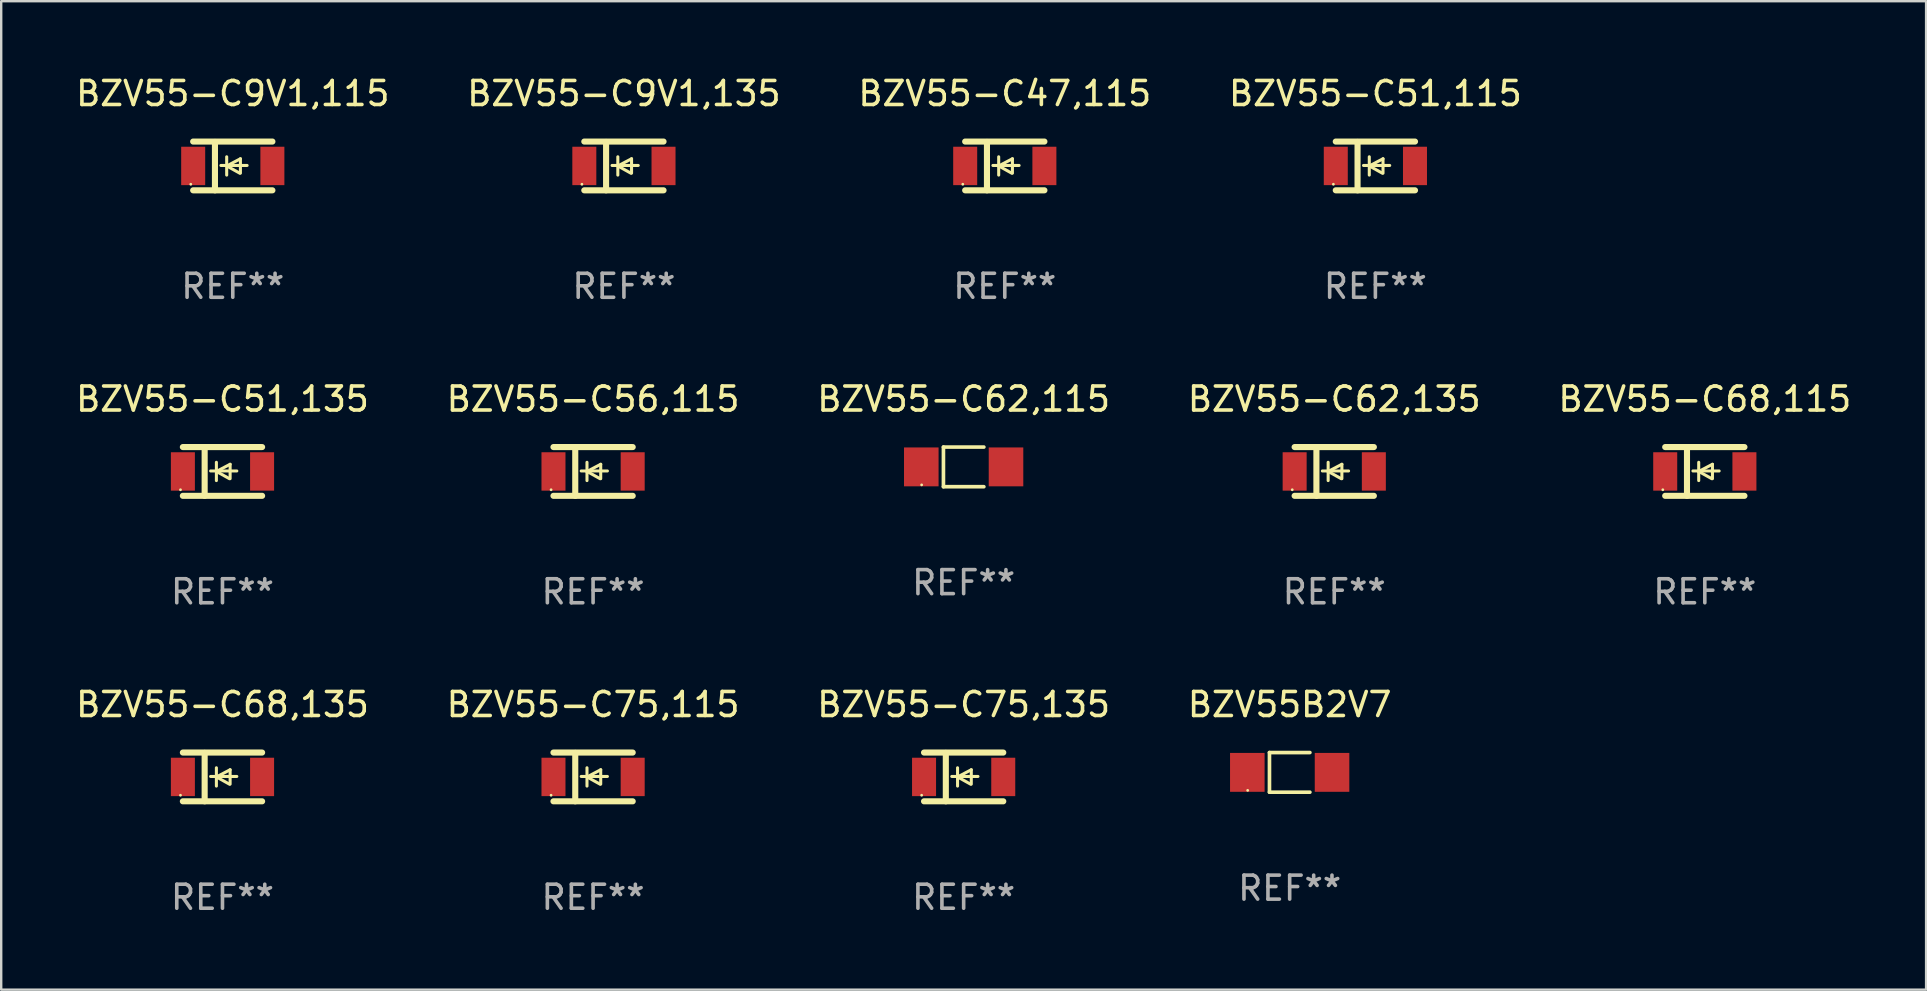
<source format=kicad_pcb>
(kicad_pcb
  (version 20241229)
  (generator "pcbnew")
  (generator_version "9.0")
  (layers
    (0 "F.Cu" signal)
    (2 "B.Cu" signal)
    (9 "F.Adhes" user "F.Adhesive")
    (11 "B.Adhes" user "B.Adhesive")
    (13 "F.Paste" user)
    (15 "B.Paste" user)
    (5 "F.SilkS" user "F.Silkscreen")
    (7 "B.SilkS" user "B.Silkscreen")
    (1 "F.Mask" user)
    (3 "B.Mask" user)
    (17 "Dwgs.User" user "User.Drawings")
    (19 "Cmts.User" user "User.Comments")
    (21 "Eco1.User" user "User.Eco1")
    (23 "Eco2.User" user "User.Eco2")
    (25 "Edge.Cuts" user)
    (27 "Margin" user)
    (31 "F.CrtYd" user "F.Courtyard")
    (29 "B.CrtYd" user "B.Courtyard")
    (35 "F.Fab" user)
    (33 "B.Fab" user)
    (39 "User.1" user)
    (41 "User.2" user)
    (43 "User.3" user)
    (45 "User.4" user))
  (footprint "BZV55-C47,115"
    (layer "F.Cu")
    (at 38.815 3.864)
    (property "Reference" "BZV55-C47,115" (at 0 -3.016 0) (layer "F.SilkS") (effects (font (size 1 1) (thickness 0.15))))
    (attr through_hole)
    (fp_line (start -1.651 -1.016) (end 1.651 -1.016) (stroke (width 0.254) (type solid)) (layer "F.SilkS"))
    (fp_line (start -1.651 1.016) (end 1.651 1.016) (stroke (width 0.254) (type solid)) (layer "F.SilkS"))
    (fp_line (start -0.743 -1) (end -0.743 1.016) (stroke (width 0.254) (type solid)) (layer "F.SilkS"))
    (fp_line (start -0.495 -0.02) (end 0.597 -0.02) (stroke (width 0.127) (type solid)) (layer "F.SilkS"))
    (fp_line (start -0.254 0) (end -0.254 -0.381) (stroke (width 0.127) (type solid)) (layer "F.SilkS"))
    (fp_line (start -0.254 0) (end -0.254 0.381) (stroke (width 0.127) (type solid)) (layer "F.SilkS"))
    (fp_line (start 0.288 0.301) (end -0.254 0) (stroke (width 0.127) (type solid)) (layer "F.SilkS"))
    (fp_line (start 0.318 -0.299) (end -0.254 0) (stroke (width 0.127) (type solid)) (layer "F.SilkS"))
    (fp_line (start 0.318 -0.299) (end 0.318 0.301) (stroke (width 0.127) (type solid)) (layer "F.SilkS"))
    (fp_circle (center -1.75 0.763) (end -1.72 0.763) (stroke (width 0.06) (type solid)) (fill no) (layer "F.SilkS"))
    (fp_text user "REF**" (at 0 5.016 0) (layer "F.Fab") (effects (font (size 1 1) (thickness 0.15))))
    (pad "1" smd rect (at -1.65 0 90) (size 1.6 1) (layers "F.Cu" "F.Mask" "F.Paste"))
    (pad "2" smd rect (at 1.65 0 90) (size 1.6 1) (layers "F.Cu" "F.Mask" "F.Paste")))
  (footprint "BZV55-C51,135"
    (layer "F.Cu")
    (at 6.22 16.593)
    (property "Reference" "BZV55-C51,135" (at 0 -3.016 0) (layer "F.SilkS") (effects (font (size 1 1) (thickness 0.15))))
    (attr through_hole)
    (fp_line (start -1.651 -1.016) (end 1.651 -1.016) (stroke (width 0.254) (type solid)) (layer "F.SilkS"))
    (fp_line (start -1.651 1.016) (end 1.651 1.016) (stroke (width 0.254) (type solid)) (layer "F.SilkS"))
    (fp_line (start -0.743 -1) (end -0.743 1.016) (stroke (width 0.254) (type solid)) (layer "F.SilkS"))
    (fp_line (start -0.495 -0.02) (end 0.597 -0.02) (stroke (width 0.127) (type solid)) (layer "F.SilkS"))
    (fp_line (start -0.254 0) (end -0.254 -0.381) (stroke (width 0.127) (type solid)) (layer "F.SilkS"))
    (fp_line (start -0.254 0) (end -0.254 0.381) (stroke (width 0.127) (type solid)) (layer "F.SilkS"))
    (fp_line (start 0.288 0.301) (end -0.254 0) (stroke (width 0.127) (type solid)) (layer "F.SilkS"))
    (fp_line (start 0.318 -0.299) (end -0.254 0) (stroke (width 0.127) (type solid)) (layer "F.SilkS"))
    (fp_line (start 0.318 -0.299) (end 0.318 0.301) (stroke (width 0.127) (type solid)) (layer "F.SilkS"))
    (fp_circle (center -1.75 0.763) (end -1.72 0.763) (stroke (width 0.06) (type solid)) (fill no) (layer "F.SilkS"))
    (fp_text user "REF**" (at 0 5.016 0) (layer "F.Fab") (effects (font (size 1 1) (thickness 0.15))))
    (pad "1" smd rect (at -1.65 0 90) (size 1.6 1) (layers "F.Cu" "F.Mask" "F.Paste"))
    (pad "2" smd rect (at 1.65 0 90) (size 1.6 1) (layers "F.Cu" "F.Mask" "F.Paste")))
  (footprint "BZV55-C68,135"
    (layer "F.Cu")
    (at 6.22 29.321)
    (property "Reference" "BZV55-C68,135" (at 0 -3.016 0) (layer "F.SilkS") (effects (font (size 1 1) (thickness 0.15))))
    (attr through_hole)
    (fp_line (start -1.651 -1.016) (end 1.651 -1.016) (stroke (width 0.254) (type solid)) (layer "F.SilkS"))
    (fp_line (start -1.651 1.016) (end 1.651 1.016) (stroke (width 0.254) (type solid)) (layer "F.SilkS"))
    (fp_line (start -0.743 -1) (end -0.743 1.016) (stroke (width 0.254) (type solid)) (layer "F.SilkS"))
    (fp_line (start -0.495 -0.02) (end 0.597 -0.02) (stroke (width 0.127) (type solid)) (layer "F.SilkS"))
    (fp_line (start -0.254 0) (end -0.254 -0.381) (stroke (width 0.127) (type solid)) (layer "F.SilkS"))
    (fp_line (start -0.254 0) (end -0.254 0.381) (stroke (width 0.127) (type solid)) (layer "F.SilkS"))
    (fp_line (start 0.288 0.301) (end -0.254 0) (stroke (width 0.127) (type solid)) (layer "F.SilkS"))
    (fp_line (start 0.318 -0.299) (end -0.254 0) (stroke (width 0.127) (type solid)) (layer "F.SilkS"))
    (fp_line (start 0.318 -0.299) (end 0.318 0.301) (stroke (width 0.127) (type solid)) (layer "F.SilkS"))
    (fp_circle (center -1.75 0.763) (end -1.72 0.763) (stroke (width 0.06) (type solid)) (fill no) (layer "F.SilkS"))
    (fp_text user "REF**" (at 0 5.016 0) (layer "F.Fab") (effects (font (size 1 1) (thickness 0.15))))
    (pad "1" smd rect (at -1.65 0 90) (size 1.6 1) (layers "F.Cu" "F.Mask" "F.Paste"))
    (pad "2" smd rect (at 1.65 0 90) (size 1.6 1) (layers "F.Cu" "F.Mask" "F.Paste")))
  (footprint "BZV55-C75,115"
    (layer "F.Cu")
    (at 21.661 29.321)
    (property "Reference" "BZV55-C75,115" (at 0 -3.016 0) (layer "F.SilkS") (effects (font (size 1 1) (thickness 0.15))))
    (attr through_hole)
    (fp_line (start -1.651 -1.016) (end 1.651 -1.016) (stroke (width 0.254) (type solid)) (layer "F.SilkS"))
    (fp_line (start -1.651 1.016) (end 1.651 1.016) (stroke (width 0.254) (type solid)) (layer "F.SilkS"))
    (fp_line (start -0.743 -1) (end -0.743 1.016) (stroke (width 0.254) (type solid)) (layer "F.SilkS"))
    (fp_line (start -0.495 -0.02) (end 0.597 -0.02) (stroke (width 0.127) (type solid)) (layer "F.SilkS"))
    (fp_line (start -0.254 0) (end -0.254 -0.381) (stroke (width 0.127) (type solid)) (layer "F.SilkS"))
    (fp_line (start -0.254 0) (end -0.254 0.381) (stroke (width 0.127) (type solid)) (layer "F.SilkS"))
    (fp_line (start 0.288 0.301) (end -0.254 0) (stroke (width 0.127) (type solid)) (layer "F.SilkS"))
    (fp_line (start 0.318 -0.299) (end -0.254 0) (stroke (width 0.127) (type solid)) (layer "F.SilkS"))
    (fp_line (start 0.318 -0.299) (end 0.318 0.301) (stroke (width 0.127) (type solid)) (layer "F.SilkS"))
    (fp_circle (center -1.75 0.763) (end -1.72 0.763) (stroke (width 0.06) (type solid)) (fill no) (layer "F.SilkS"))
    (fp_text user "REF**" (at 0 5.016 0) (layer "F.Fab") (effects (font (size 1 1) (thickness 0.15))))
    (pad "1" smd rect (at -1.65 0 90) (size 1.6 1) (layers "F.Cu" "F.Mask" "F.Paste"))
    (pad "2" smd rect (at 1.65 0 90) (size 1.6 1) (layers "F.Cu" "F.Mask" "F.Paste")))
  (footprint "BZV55-C51,115"
    (layer "F.Cu")
    (at 54.256 3.864)
    (property "Reference" "BZV55-C51,115" (at 0 -3.016 0) (layer "F.SilkS") (effects (font (size 1 1) (thickness 0.15))))
    (attr through_hole)
    (fp_line (start -1.651 -1.016) (end 1.651 -1.016) (stroke (width 0.254) (type solid)) (layer "F.SilkS"))
    (fp_line (start -1.651 1.016) (end 1.651 1.016) (stroke (width 0.254) (type solid)) (layer "F.SilkS"))
    (fp_line (start -0.743 -1) (end -0.743 1.016) (stroke (width 0.254) (type solid)) (layer "F.SilkS"))
    (fp_line (start -0.495 -0.02) (end 0.597 -0.02) (stroke (width 0.127) (type solid)) (layer "F.SilkS"))
    (fp_line (start -0.254 0) (end -0.254 -0.381) (stroke (width 0.127) (type solid)) (layer "F.SilkS"))
    (fp_line (start -0.254 0) (end -0.254 0.381) (stroke (width 0.127) (type solid)) (layer "F.SilkS"))
    (fp_line (start 0.288 0.301) (end -0.254 0) (stroke (width 0.127) (type solid)) (layer "F.SilkS"))
    (fp_line (start 0.318 -0.299) (end -0.254 0) (stroke (width 0.127) (type solid)) (layer "F.SilkS"))
    (fp_line (start 0.318 -0.299) (end 0.318 0.301) (stroke (width 0.127) (type solid)) (layer "F.SilkS"))
    (fp_circle (center -1.75 0.763) (end -1.72 0.763) (stroke (width 0.06) (type solid)) (fill no) (layer "F.SilkS"))
    (fp_text user "REF**" (at 0 5.016 0) (layer "F.Fab") (effects (font (size 1 1) (thickness 0.15))))
    (pad "1" smd rect (at -1.65 0 90) (size 1.6 1) (layers "F.Cu" "F.Mask" "F.Paste"))
    (pad "2" smd rect (at 1.65 0 90) (size 1.6 1) (layers "F.Cu" "F.Mask" "F.Paste")))
  (footprint "BZV55-C68,115"
    (layer "F.Cu")
    (at 67.982 16.593)
    (property "Reference" "BZV55-C68,115" (at 0 -3.016 0) (layer "F.SilkS") (effects (font (size 1 1) (thickness 0.15))))
    (attr through_hole)
    (fp_line (start -1.651 -1.016) (end 1.651 -1.016) (stroke (width 0.254) (type solid)) (layer "F.SilkS"))
    (fp_line (start -1.651 1.016) (end 1.651 1.016) (stroke (width 0.254) (type solid)) (layer "F.SilkS"))
    (fp_line (start -0.743 -1) (end -0.743 1.016) (stroke (width 0.254) (type solid)) (layer "F.SilkS"))
    (fp_line (start -0.495 -0.02) (end 0.597 -0.02) (stroke (width 0.127) (type solid)) (layer "F.SilkS"))
    (fp_line (start -0.254 0) (end -0.254 -0.381) (stroke (width 0.127) (type solid)) (layer "F.SilkS"))
    (fp_line (start -0.254 0) (end -0.254 0.381) (stroke (width 0.127) (type solid)) (layer "F.SilkS"))
    (fp_line (start 0.288 0.301) (end -0.254 0) (stroke (width 0.127) (type solid)) (layer "F.SilkS"))
    (fp_line (start 0.318 -0.299) (end -0.254 0) (stroke (width 0.127) (type solid)) (layer "F.SilkS"))
    (fp_line (start 0.318 -0.299) (end 0.318 0.301) (stroke (width 0.127) (type solid)) (layer "F.SilkS"))
    (fp_circle (center -1.75 0.763) (end -1.72 0.763) (stroke (width 0.06) (type solid)) (fill no) (layer "F.SilkS"))
    (fp_text user "REF**" (at 0 5.016 0) (layer "F.Fab") (effects (font (size 1 1) (thickness 0.15))))
    (pad "1" smd rect (at -1.65 0 90) (size 1.6 1) (layers "F.Cu" "F.Mask" "F.Paste"))
    (pad "2" smd rect (at 1.65 0 90) (size 1.6 1) (layers "F.Cu" "F.Mask" "F.Paste")))
  (footprint "BZV55-C9V1,115"
    (layer "F.Cu")
    (at 6.649 3.864)
    (property "Reference" "BZV55-C9V1,115" (at 0 -3.016 0) (layer "F.SilkS") (effects (font (size 1 1) (thickness 0.15))))
    (attr through_hole)
    (fp_line (start -1.651 -1.016) (end 1.651 -1.016) (stroke (width 0.254) (type solid)) (layer "F.SilkS"))
    (fp_line (start -1.651 1.016) (end 1.651 1.016) (stroke (width 0.254) (type solid)) (layer "F.SilkS"))
    (fp_line (start -0.743 -1) (end -0.743 1.016) (stroke (width 0.254) (type solid)) (layer "F.SilkS"))
    (fp_line (start -0.495 -0.02) (end 0.597 -0.02) (stroke (width 0.127) (type solid)) (layer "F.SilkS"))
    (fp_line (start -0.254 0) (end -0.254 -0.381) (stroke (width 0.127) (type solid)) (layer "F.SilkS"))
    (fp_line (start -0.254 0) (end -0.254 0.381) (stroke (width 0.127) (type solid)) (layer "F.SilkS"))
    (fp_line (start 0.288 0.301) (end -0.254 0) (stroke (width 0.127) (type solid)) (layer "F.SilkS"))
    (fp_line (start 0.318 -0.299) (end -0.254 0) (stroke (width 0.127) (type solid)) (layer "F.SilkS"))
    (fp_line (start 0.318 -0.299) (end 0.318 0.301) (stroke (width 0.127) (type solid)) (layer "F.SilkS"))
    (fp_circle (center -1.75 0.763) (end -1.72 0.763) (stroke (width 0.06) (type solid)) (fill no) (layer "F.SilkS"))
    (fp_text user "REF**" (at 0 5.016 0) (layer "F.Fab") (effects (font (size 1 1) (thickness 0.15))))
    (pad "1" smd rect (at -1.65 0 90) (size 1.6 1) (layers "F.Cu" "F.Mask" "F.Paste"))
    (pad "2" smd rect (at 1.65 0 90) (size 1.6 1) (layers "F.Cu" "F.Mask" "F.Paste")))
  (footprint "BZV55B2V7"
    (layer "F.Cu")
    (at 50.685 29.131)
    (property "Reference" "BZV55B2V7" (at 0 -2.826 0) (layer "F.SilkS") (effects (font (size 1 1) (thickness 0.15))))
    (attr through_hole)
    (fp_line (start -0.842 -0.826) (end -0.842 0.826) (stroke (width 0.152) (type solid)) (layer "F.SilkS"))
    (fp_line (start -0.842 -0.826) (end 0.842 -0.826) (stroke (width 0.152) (type solid)) (layer "F.SilkS"))
    (fp_line (start -0.842 0.826) (end 0.842 0.826) (stroke (width 0.152) (type solid)) (layer "F.SilkS"))
    (fp_circle (center -1.75 0.75) (end -1.72 0.75) (stroke (width 0.06) (type solid)) (fill no) (layer "F.SilkS"))
    (fp_text user "REF**" (at 0 4.826 0) (layer "F.Fab") (effects (font (size 1 1) (thickness 0.15))))
    (pad "1" smd rect (at -1.765 0) (size 1.44 1.62) (layers "F.Cu" "F.Mask" "F.Paste"))
    (pad "2" smd rect (at 1.765 0) (size 1.44 1.62) (layers "F.Cu" "F.Mask" "F.Paste")))
  (footprint "BZV55-C62,135"
    (layer "F.Cu")
    (at 52.542 16.593)
    (property "Reference" "BZV55-C62,135" (at 0 -3.016 0) (layer "F.SilkS") (effects (font (size 1 1) (thickness 0.15))))
    (attr through_hole)
    (fp_line (start -1.651 -1.016) (end 1.651 -1.016) (stroke (width 0.254) (type solid)) (layer "F.SilkS"))
    (fp_line (start -1.651 1.016) (end 1.651 1.016) (stroke (width 0.254) (type solid)) (layer "F.SilkS"))
    (fp_line (start -0.743 -1) (end -0.743 1.016) (stroke (width 0.254) (type solid)) (layer "F.SilkS"))
    (fp_line (start -0.495 -0.02) (end 0.597 -0.02) (stroke (width 0.127) (type solid)) (layer "F.SilkS"))
    (fp_line (start -0.254 0) (end -0.254 -0.381) (stroke (width 0.127) (type solid)) (layer "F.SilkS"))
    (fp_line (start -0.254 0) (end -0.254 0.381) (stroke (width 0.127) (type solid)) (layer "F.SilkS"))
    (fp_line (start 0.288 0.301) (end -0.254 0) (stroke (width 0.127) (type solid)) (layer "F.SilkS"))
    (fp_line (start 0.318 -0.299) (end -0.254 0) (stroke (width 0.127) (type solid)) (layer "F.SilkS"))
    (fp_line (start 0.318 -0.299) (end 0.318 0.301) (stroke (width 0.127) (type solid)) (layer "F.SilkS"))
    (fp_circle (center -1.75 0.763) (end -1.72 0.763) (stroke (width 0.06) (type solid)) (fill no) (layer "F.SilkS"))
    (fp_text user "REF**" (at 0 5.016 0) (layer "F.Fab") (effects (font (size 1 1) (thickness 0.15))))
    (pad "1" smd rect (at -1.65 0 90) (size 1.6 1) (layers "F.Cu" "F.Mask" "F.Paste"))
    (pad "2" smd rect (at 1.65 0 90) (size 1.6 1) (layers "F.Cu" "F.Mask" "F.Paste")))
  (footprint "BZV55-C62,115"
    (layer "F.Cu")
    (at 37.101 16.403)
    (property "Reference" "BZV55-C62,115" (at 0 -2.826 0) (layer "F.SilkS") (effects (font (size 1 1) (thickness 0.15))))
    (attr through_hole)
    (fp_line (start -0.842 -0.826) (end -0.842 0.826) (stroke (width 0.152) (type solid)) (layer "F.SilkS"))
    (fp_line (start -0.842 -0.826) (end 0.842 -0.826) (stroke (width 0.152) (type solid)) (layer "F.SilkS"))
    (fp_line (start -0.842 0.826) (end 0.842 0.826) (stroke (width 0.152) (type solid)) (layer "F.SilkS"))
    (fp_circle (center -1.75 0.75) (end -1.72 0.75) (stroke (width 0.06) (type solid)) (fill no) (layer "F.SilkS"))
    (fp_text user "REF**" (at 0 4.826 0) (layer "F.Fab") (effects (font (size 1 1) (thickness 0.15))))
    (pad "1" smd rect (at -1.765 0) (size 1.44 1.62) (layers "F.Cu" "F.Mask" "F.Paste"))
    (pad "2" smd rect (at 1.765 0) (size 1.44 1.62) (layers "F.Cu" "F.Mask" "F.Paste")))
  (footprint "BZV55-C9V1,135"
    (layer "F.Cu")
    (at 22.946 3.864)
    (property "Reference" "BZV55-C9V1,135" (at 0 -3.016 0) (layer "F.SilkS") (effects (font (size 1 1) (thickness 0.15))))
    (attr through_hole)
    (fp_line (start -1.651 -1.016) (end 1.651 -1.016) (stroke (width 0.254) (type solid)) (layer "F.SilkS"))
    (fp_line (start -1.651 1.016) (end 1.651 1.016) (stroke (width 0.254) (type solid)) (layer "F.SilkS"))
    (fp_line (start -0.743 -1) (end -0.743 1.016) (stroke (width 0.254) (type solid)) (layer "F.SilkS"))
    (fp_line (start -0.495 -0.02) (end 0.597 -0.02) (stroke (width 0.127) (type solid)) (layer "F.SilkS"))
    (fp_line (start -0.254 0) (end -0.254 -0.381) (stroke (width 0.127) (type solid)) (layer "F.SilkS"))
    (fp_line (start -0.254 0) (end -0.254 0.381) (stroke (width 0.127) (type solid)) (layer "F.SilkS"))
    (fp_line (start 0.288 0.301) (end -0.254 0) (stroke (width 0.127) (type solid)) (layer "F.SilkS"))
    (fp_line (start 0.318 -0.299) (end -0.254 0) (stroke (width 0.127) (type solid)) (layer "F.SilkS"))
    (fp_line (start 0.318 -0.299) (end 0.318 0.301) (stroke (width 0.127) (type solid)) (layer "F.SilkS"))
    (fp_circle (center -1.75 0.763) (end -1.72 0.763) (stroke (width 0.06) (type solid)) (fill no) (layer "F.SilkS"))
    (fp_text user "REF**" (at 0 5.016 0) (layer "F.Fab") (effects (font (size 1 1) (thickness 0.15))))
    (pad "1" smd rect (at -1.65 0 90) (size 1.6 1) (layers "F.Cu" "F.Mask" "F.Paste"))
    (pad "2" smd rect (at 1.65 0 90) (size 1.6 1) (layers "F.Cu" "F.Mask" "F.Paste")))
  (footprint "BZV55-C75,135"
    (layer "F.Cu")
    (at 37.101 29.321)
    (property "Reference" "BZV55-C75,135" (at 0 -3.016 0) (layer "F.SilkS") (effects (font (size 1 1) (thickness 0.15))))
    (attr through_hole)
    (fp_line (start -1.651 -1.016) (end 1.651 -1.016) (stroke (width 0.254) (type solid)) (layer "F.SilkS"))
    (fp_line (start -1.651 1.016) (end 1.651 1.016) (stroke (width 0.254) (type solid)) (layer "F.SilkS"))
    (fp_line (start -0.743 -1) (end -0.743 1.016) (stroke (width 0.254) (type solid)) (layer "F.SilkS"))
    (fp_line (start -0.495 -0.02) (end 0.597 -0.02) (stroke (width 0.127) (type solid)) (layer "F.SilkS"))
    (fp_line (start -0.254 0) (end -0.254 -0.381) (stroke (width 0.127) (type solid)) (layer "F.SilkS"))
    (fp_line (start -0.254 0) (end -0.254 0.381) (stroke (width 0.127) (type solid)) (layer "F.SilkS"))
    (fp_line (start 0.288 0.301) (end -0.254 0) (stroke (width 0.127) (type solid)) (layer "F.SilkS"))
    (fp_line (start 0.318 -0.299) (end -0.254 0) (stroke (width 0.127) (type solid)) (layer "F.SilkS"))
    (fp_line (start 0.318 -0.299) (end 0.318 0.301) (stroke (width 0.127) (type solid)) (layer "F.SilkS"))
    (fp_circle (center -1.75 0.763) (end -1.72 0.763) (stroke (width 0.06) (type solid)) (fill no) (layer "F.SilkS"))
    (fp_text user "REF**" (at 0 5.016 0) (layer "F.Fab") (effects (font (size 1 1) (thickness 0.15))))
    (pad "1" smd rect (at -1.65 0 90) (size 1.6 1) (layers "F.Cu" "F.Mask" "F.Paste"))
    (pad "2" smd rect (at 1.65 0 90) (size 1.6 1) (layers "F.Cu" "F.Mask" "F.Paste")))
  (footprint "BZV55-C56,115"
    (layer "F.Cu")
    (at 21.661 16.593)
    (property "Reference" "BZV55-C56,115" (at 0 -3.016 0) (layer "F.SilkS") (effects (font (size 1 1) (thickness 0.15))))
    (attr through_hole)
    (fp_line (start -1.651 -1.016) (end 1.651 -1.016) (stroke (width 0.254) (type solid)) (layer "F.SilkS"))
    (fp_line (start -1.651 1.016) (end 1.651 1.016) (stroke (width 0.254) (type solid)) (layer "F.SilkS"))
    (fp_line (start -0.743 -1) (end -0.743 1.016) (stroke (width 0.254) (type solid)) (layer "F.SilkS"))
    (fp_line (start -0.495 -0.02) (end 0.597 -0.02) (stroke (width 0.127) (type solid)) (layer "F.SilkS"))
    (fp_line (start -0.254 0) (end -0.254 -0.381) (stroke (width 0.127) (type solid)) (layer "F.SilkS"))
    (fp_line (start -0.254 0) (end -0.254 0.381) (stroke (width 0.127) (type solid)) (layer "F.SilkS"))
    (fp_line (start 0.288 0.301) (end -0.254 0) (stroke (width 0.127) (type solid)) (layer "F.SilkS"))
    (fp_line (start 0.318 -0.299) (end -0.254 0) (stroke (width 0.127) (type solid)) (layer "F.SilkS"))
    (fp_line (start 0.318 -0.299) (end 0.318 0.301) (stroke (width 0.127) (type solid)) (layer "F.SilkS"))
    (fp_circle (center -1.75 0.763) (end -1.72 0.763) (stroke (width 0.06) (type solid)) (fill no) (layer "F.SilkS"))
    (fp_text user "REF**" (at 0 5.016 0) (layer "F.Fab") (effects (font (size 1 1) (thickness 0.15))))
    (pad "1" smd rect (at -1.65 0 90) (size 1.6 1) (layers "F.Cu" "F.Mask" "F.Paste"))
    (pad "2" smd rect (at 1.65 0 90) (size 1.6 1) (layers "F.Cu" "F.Mask" "F.Paste")))
  (gr_rect
    (start -3 -3)
    (end 77.202 38.186)
    (stroke (width 0.1) (type default))
    (fill no)
    (layer "Edge.Cuts")))
</source>
